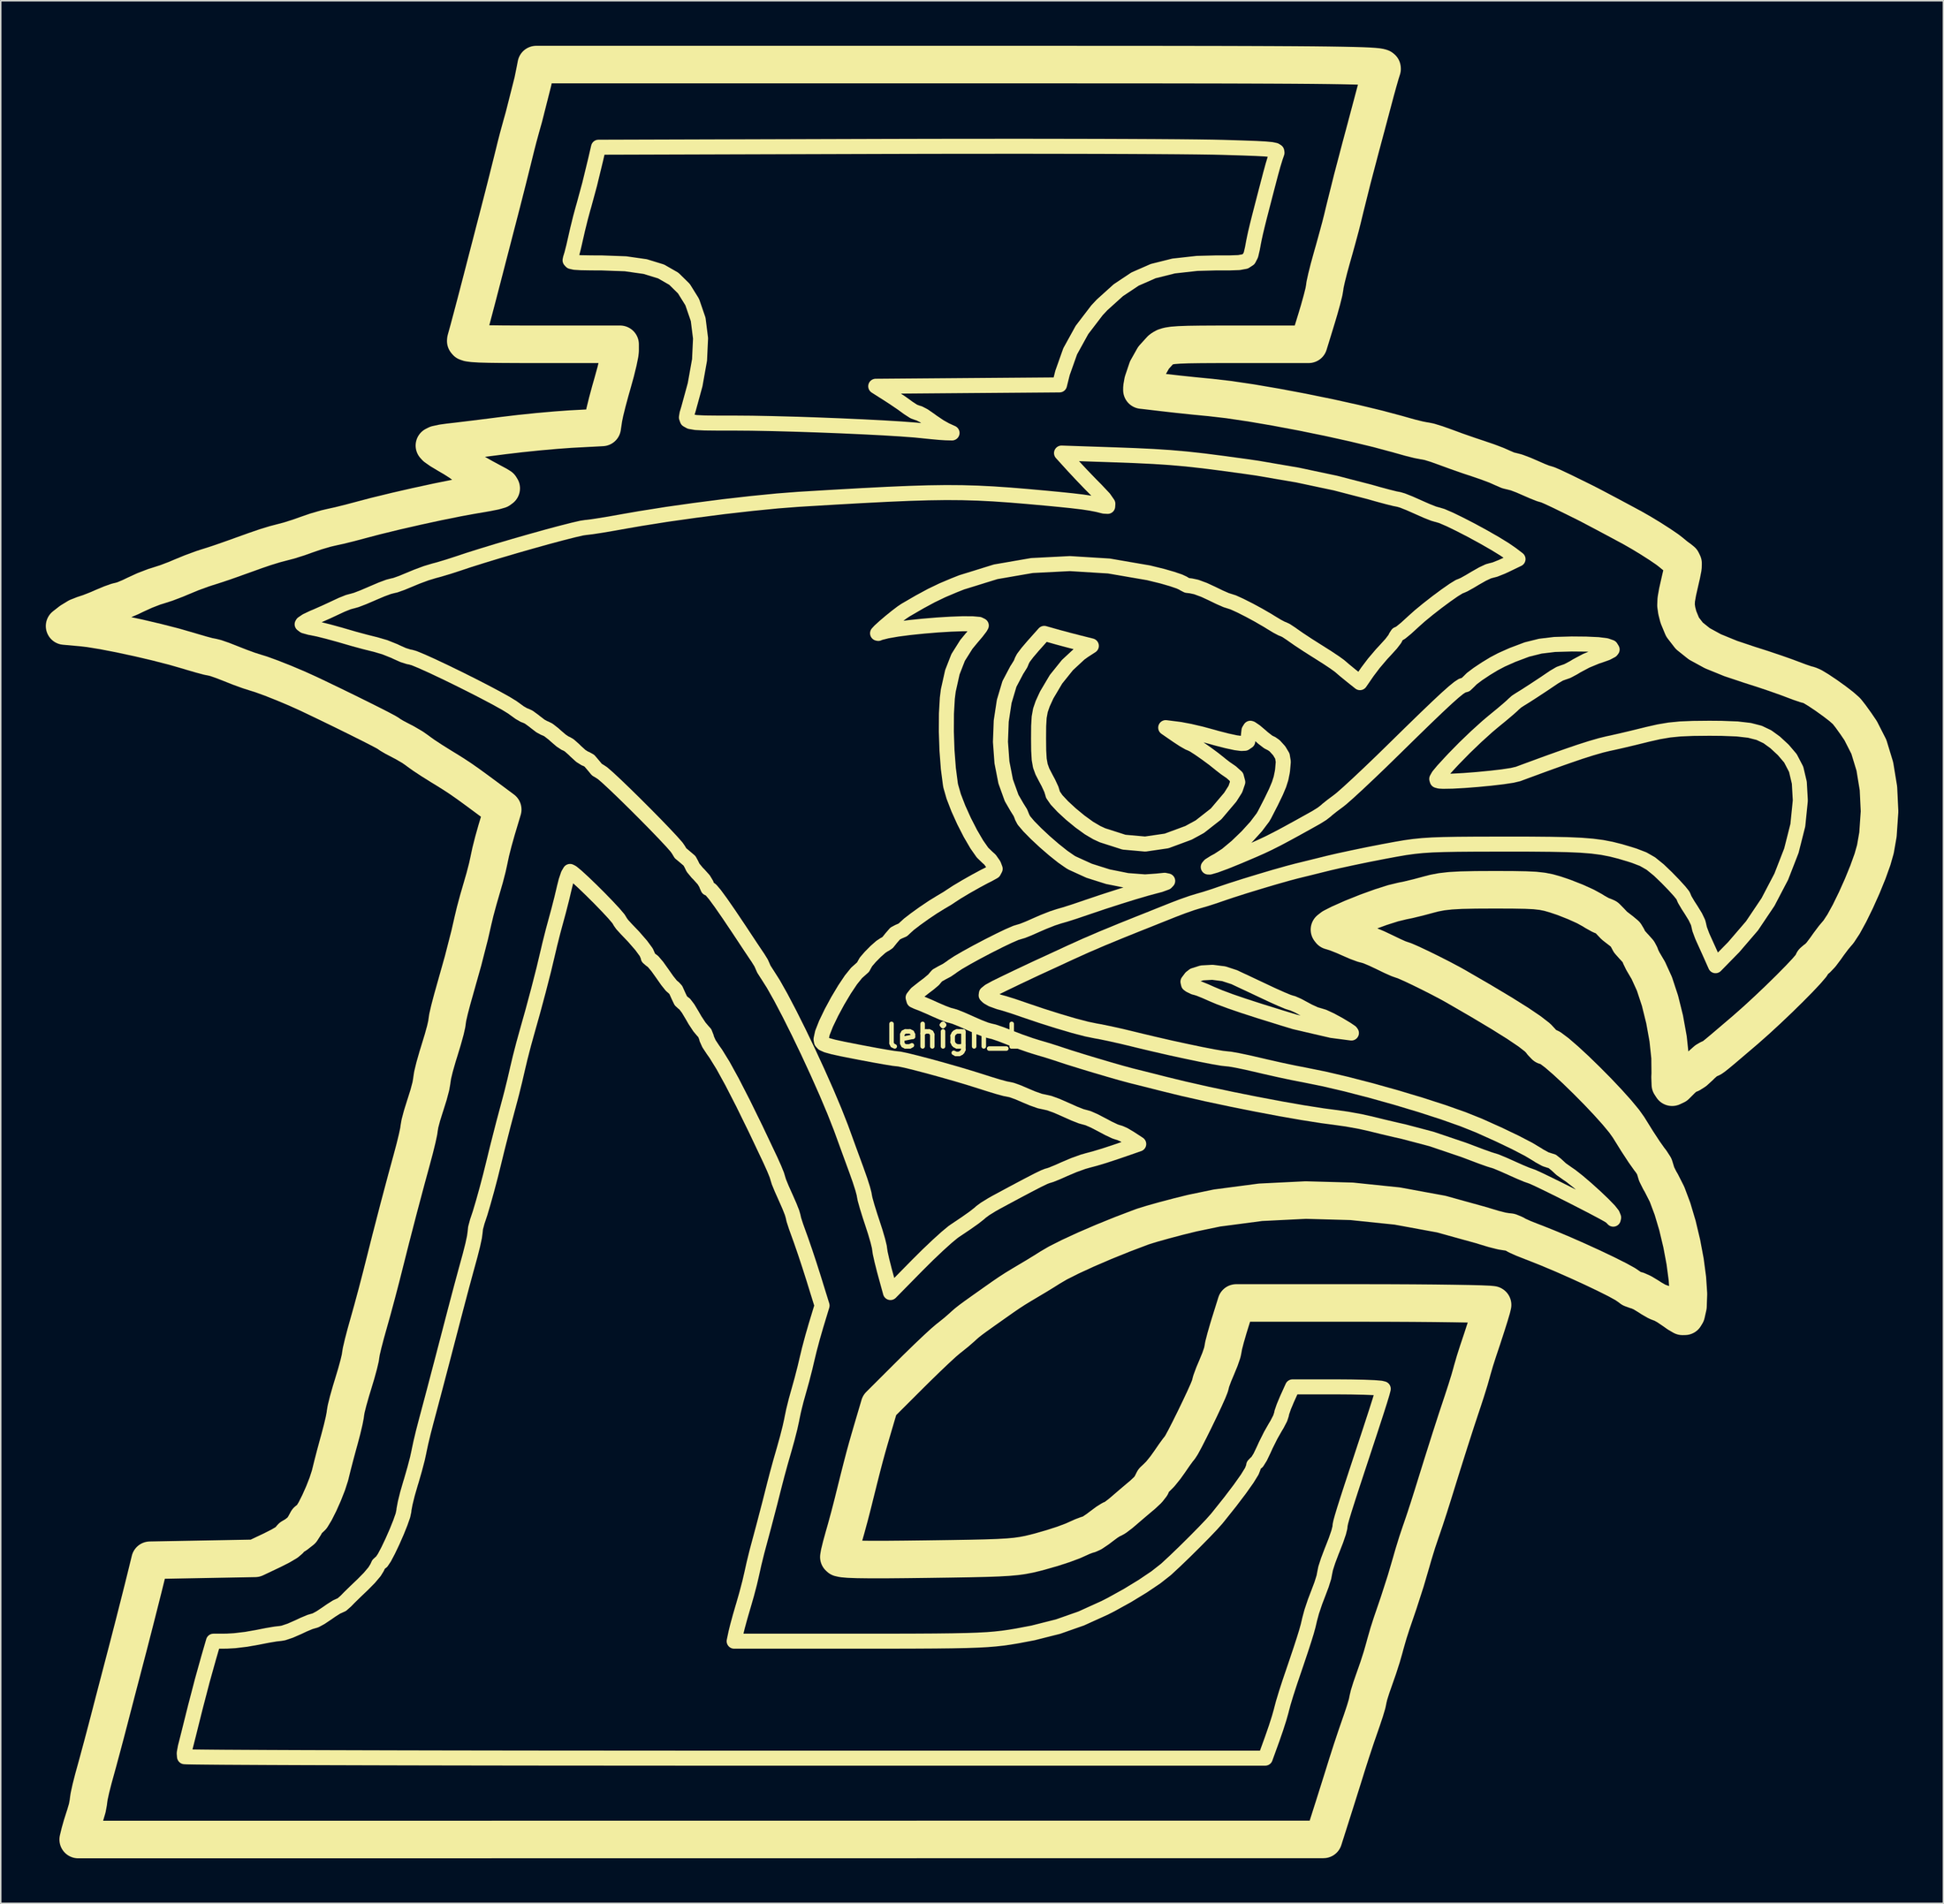
<source format=kicad_pcb>
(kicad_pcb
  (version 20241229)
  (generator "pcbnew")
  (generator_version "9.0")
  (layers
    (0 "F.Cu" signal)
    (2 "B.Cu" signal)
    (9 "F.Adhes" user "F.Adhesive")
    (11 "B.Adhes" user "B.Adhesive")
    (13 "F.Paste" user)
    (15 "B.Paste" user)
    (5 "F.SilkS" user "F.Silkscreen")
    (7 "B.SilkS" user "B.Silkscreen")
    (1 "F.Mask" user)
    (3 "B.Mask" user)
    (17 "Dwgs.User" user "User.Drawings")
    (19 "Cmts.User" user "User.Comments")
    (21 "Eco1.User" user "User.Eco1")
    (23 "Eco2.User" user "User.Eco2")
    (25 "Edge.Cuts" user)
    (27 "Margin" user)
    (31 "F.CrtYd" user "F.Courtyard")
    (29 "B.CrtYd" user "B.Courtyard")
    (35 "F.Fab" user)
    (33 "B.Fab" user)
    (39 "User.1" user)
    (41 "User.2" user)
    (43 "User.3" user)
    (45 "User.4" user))
  (footprint "lehigh_L"
    (layer "F.Cu")
    (at 60.549 65.952)
    (property "Reference" "lehigh_L" (at 0 0 0) (layer "F.SilkS") (effects (font (size 1.5 1.5) (thickness 0.3))))
    (attr board_only exclude_from_pos_files exclude_from_bom)
    (fp_poly (pts (xy 16.222 -3.17) (xy 16.004 -3.237) (xy 15.907 -3.257) (xy 15.619 -3.396) (xy 15.522 -3.468) (xy 15.484 -3.63) (xy 15.687 -3.901) (xy 15.875 -4.045) (xy 16.416 -4.217) (xy 17.112 -4.256) (xy 17.863 -4.161) (xy 18.564 -3.932) (xy 18.726 -3.856) (xy 19.285 -3.594) (xy 19.99 -3.263) (xy 20.724 -2.916) (xy 21.102 -2.739) (xy 21.7 -2.471) (xy 22.143 -2.287) (xy 22.358 -2.218) (xy 22.457 -2.193) (xy 22.8 -2.041) (xy 23.257 -1.797) (xy 23.512 -1.659) (xy 23.959 -1.454) (xy 24.248 -1.371) (xy 24.513 -1.29) (xy 24.97 -1.078) (xy 25.518 -0.782) (xy 25.572 -0.75) (xy 26.033 -0.472) (xy 26.317 -0.28) (xy 26.365 -0.213) (xy 25.053 -0.383) (xy 22.596 -0.954) (xy 21.747 -1.213) (xy 20.332 -1.653) (xy 19.189 -2.022) (xy 18.283 -2.333) (xy 17.579 -2.596) (xy 17.039 -2.823) (xy 16.643 -2.999)) (stroke (width 1) (type solid)) (fill no) (layer "F.SilkS"))
    (fp_poly (pts (xy -25.571 -51.586) (xy -25.648 -51.669) (xy -25.624 -51.79) (xy -25.54 -52.063) (xy -25.409 -52.573) (xy -25.269 -53.187) (xy -25.149 -53.715) (xy -24.958 -54.49) (xy -24.783 -55.135) (xy -24.728 -55.323) (xy -24.346 -56.729) (xy -23.952 -58.352) (xy -23.755 -59.199) (xy -4.876 -59.251) (xy -2.303 -59.257) (xy 0.25 -59.261) (xy 2.74 -59.262) (xy 5.139 -59.262) (xy 7.42 -59.259) (xy 9.555 -59.255) (xy 11.516 -59.248) (xy 13.277 -59.24) (xy 14.809 -59.23) (xy 16.085 -59.218) (xy 17.077 -59.205) (xy 17.759 -59.19) (xy 17.955 -59.184) (xy 19.128 -59.148) (xy 20.007 -59.116) (xy 20.634 -59.082) (xy 21.048 -59.043) (xy 21.289 -58.991) (xy 21.397 -58.923) (xy 21.411 -58.832) (xy 21.372 -58.715) (xy 21.3 -58.507) (xy 21.148 -58.007) (xy 20.986 -57.421) (xy 20.7 -56.327) (xy 20.437 -55.313) (xy 20.237 -54.537) (xy 20.091 -53.951) (xy 19.985 -53.506) (xy 19.908 -53.155) (xy 19.847 -52.849) (xy 19.774 -52.454) (xy 19.675 -52.028) (xy 19.532 -51.751) (xy 19.286 -51.591) (xy 18.877 -51.516) (xy 18.249 -51.494) (xy 17.34 -51.494) (xy 16.099 -51.462) (xy 14.527 -51.289) (xy 13.168 -50.948) (xy 11.96 -50.418) (xy 10.846 -49.675) (xy 9.765 -48.699) (xy 9.428 -48.339) (xy 8.427 -47.029) (xy 7.644 -45.609) (xy 7.134 -44.172) (xy 6.933 -43.37) (xy 0.816 -43.326) (xy -5.301 -43.281) (xy -4.454 -42.743) (xy -4.099 -42.513) (xy -3.558 -42.145) (xy -3.157 -41.854) (xy -3.133 -41.836) (xy -2.768 -41.6) (xy -2.504 -41.503) (xy -2.422 -41.484) (xy -2.098 -41.315) (xy -1.685 -41.029) (xy -1.536 -40.918) (xy -1.046 -40.589) (xy -0.644 -40.363) (xy -0.221 -40.172) (xy -0.644 -40.182) (xy -1.006 -40.204) (xy -1.589 -40.256) (xy -2.253 -40.324) (xy -2.665 -40.365) (xy -3.606 -40.436) (xy -4.79 -40.509) (xy -6.154 -40.579) (xy -7.64 -40.646) (xy -9.184 -40.705) (xy -10.728 -40.756) (xy -12.209 -40.795) (xy -13.567 -40.82) (xy -14.741 -40.828) (xy -15.813 -40.828) (xy -16.671 -40.836) (xy -17.269 -40.865) (xy -17.647 -40.929) (xy -17.845 -41.039) (xy -17.904 -41.208) (xy -17.864 -41.449) (xy -17.765 -41.774) (xy -17.323 -43.392) (xy -17.03 -45.033) (xy -16.963 -46.472) (xy -17.121 -47.734) (xy -17.503 -48.845) (xy -17.546 -48.934) (xy -18.073 -49.781) (xy -18.742 -50.439) (xy -19.588 -50.924) (xy -20.648 -51.251) (xy -21.957 -51.436) (xy -23.551 -51.494) (xy -24.237 -51.496) (xy -24.916 -51.507) (xy -25.344 -51.534)) (stroke (width 1) (type solid)) (fill no) (layer "F.SilkS"))
    (fp_poly (pts (xy -28.518 -0.271) (xy -28.142 -1.607) (xy -27.75 -3.065) (xy -27.399 -4.437) (xy -27.121 -5.605) (xy -27 -6.121) (xy -26.777 -7.004) (xy -26.56 -7.806) (xy -26.415 -8.337) (xy -26.203 -9.165) (xy -26.032 -9.888) (xy -25.922 -10.325) (xy -25.775 -10.762) (xy -25.652 -10.972) (xy -25.521 -10.905) (xy -25.204 -10.641) (xy -24.757 -10.231) (xy -24.233 -9.726) (xy -23.685 -9.18) (xy -23.167 -8.646) (xy -22.731 -8.176) (xy -22.431 -7.824) (xy -22.319 -7.643) (xy -22.316 -7.63) (xy -22.178 -7.436) (xy -21.899 -7.131) (xy -21.414 -6.623) (xy -20.907 -6.039) (xy -20.575 -5.586) (xy -20.456 -5.313) (xy -20.444 -5.231) (xy -20.289 -5.097) (xy -20.126 -4.976) (xy -19.842 -4.64) (xy -19.503 -4.165) (xy -19.181 -3.706) (xy -18.908 -3.365) (xy -18.755 -3.234) (xy -18.75 -3.234) (xy -18.608 -3.077) (xy -18.45 -2.726) (xy -18.442 -2.705) (xy -18.276 -2.36) (xy -18.121 -2.218) (xy -18.021 -2.146) (xy -17.793 -1.847) (xy -17.521 -1.393) (xy -17.334 -1.068) (xy -17.039 -0.62) (xy -16.817 -0.356) (xy -16.681 -0.207) (xy -16.561 0.1) (xy -16.552 0.165) (xy -16.403 0.497) (xy -16.132 0.908) (xy -15.947 1.168) (xy -15.464 1.951) (xy -14.86 3.05) (xy -14.134 4.465) (xy -13.286 6.195) (xy -12.317 8.241) (xy -12.312 8.251) (xy -12.064 8.803) (xy -11.888 9.236) (xy -11.82 9.457) (xy -11.82 9.463) (xy -11.745 9.701) (xy -11.563 10.146) (xy -11.312 10.709) (xy -11.296 10.743) (xy -11.048 11.307) (xy -10.871 11.754) (xy -10.804 11.989) (xy -10.753 12.216) (xy -10.608 12.665) (xy -10.404 13.232) (xy -10.272 13.596) (xy -10.009 14.359) (xy -9.717 15.24) (xy -9.439 16.113) (xy -8.874 17.935) (xy -9.272 19.246) (xy -9.278 19.265) (xy -9.506 20.055) (xy -9.723 20.87) (xy -9.884 21.537) (xy -10.008 22.067) (xy -10.218 22.884) (xy -10.433 23.653) (xy -10.602 24.258) (xy -10.772 24.944) (xy -10.881 25.468) (xy -10.892 25.533) (xy -11.009 26.066) (xy -11.187 26.767) (xy -11.392 27.5) (xy -11.406 27.549) (xy -11.638 28.359) (xy -11.866 29.191) (xy -12.043 29.871) (xy -12.337 31.033) (xy -12.737 32.566) (xy -13.127 34.019) (xy -13.214 34.347) (xy -13.403 35.113) (xy -13.555 35.797) (xy -13.556 35.802) (xy -13.695 36.402) (xy -13.895 37.161) (xy -14.111 37.914) (xy -14.131 37.979) (xy -14.333 38.673) (xy -14.504 39.301) (xy -14.61 39.734) (xy -14.726 40.285) (xy -6.315 40.285) (xy -6.283 40.285) (xy -4.351 40.284) (xy -2.722 40.28) (xy -1.36 40.273) (xy -0.231 40.261) (xy 0.7 40.242) (xy 1.469 40.216) (xy 2.11 40.182) (xy 2.66 40.138) (xy 3.152 40.084) (xy 3.623 40.017) (xy 4.107 39.937) (xy 5.173 39.734) (xy 6.835 39.315) (xy 8.378 38.773) (xy 9.939 38.065) (xy 10.372 37.844) (xy 11.446 37.25) (xy 12.467 36.628) (xy 13.348 36.034) (xy 14.003 35.52) (xy 14.09 35.442) (xy 14.63 34.94) (xy 15.266 34.328) (xy 15.928 33.673) (xy 16.548 33.044) (xy 17.058 32.509) (xy 17.39 32.137) (xy 17.5 32.002) (xy 18.286 31.017) (xy 18.935 30.162) (xy 19.426 29.468) (xy 19.737 28.964) (xy 19.845 28.684) (xy 19.862 28.569) (xy 19.994 28.431) (xy 20.091 28.35) (xy 20.291 28.03) (xy 20.521 27.551) (xy 20.665 27.233) (xy 20.994 26.574) (xy 21.304 26.03) (xy 21.41 25.855) (xy 21.623 25.445) (xy 21.708 25.187) (xy 21.733 25.056) (xy 21.867 24.668) (xy 22.077 24.167) (xy 22.446 23.351) (xy 25.463 23.351) (xy 26.345 23.357) (xy 27.199 23.375) (xy 27.876 23.402) (xy 28.322 23.438) (xy 28.484 23.478) (xy 28.481 23.5) (xy 28.417 23.75) (xy 28.261 24.266) (xy 28.008 25.06) (xy 27.654 26.148) (xy 27.195 27.542) (xy 26.768 28.837) (xy 26.393 29.978) (xy 26.106 30.864) (xy 25.895 31.53) (xy 25.75 32.011) (xy 25.659 32.34) (xy 25.613 32.553) (xy 25.601 32.684) (xy 25.599 32.716) (xy 25.516 33.045) (xy 25.337 33.568) (xy 25.095 34.189) (xy 25.048 34.303) (xy 24.814 34.923) (xy 24.649 35.436) (xy 24.587 35.739) (xy 24.533 36.024) (xy 24.376 36.524) (xy 24.154 37.113) (xy 23.948 37.649) (xy 23.723 38.32) (xy 23.581 38.845) (xy 23.559 38.945) (xy 23.48 39.276) (xy 23.371 39.67) (xy 23.214 40.179) (xy 22.994 40.855) (xy 22.695 41.748) (xy 22.3 42.909) (xy 22.249 43.061) (xy 22.018 43.774) (xy 21.825 44.413) (xy 21.708 44.857) (xy 21.695 44.914) (xy 21.557 45.402) (xy 21.347 46.059) (xy 21.104 46.762) (xy 20.629 48.074) (xy -15.295 48.074) (xy -18.479 48.074) (xy -21.861 48.072) (xy -25.138 48.07) (xy -28.295 48.068) (xy -31.317 48.064) (xy -34.187 48.06) (xy -36.891 48.055) (xy -39.412 48.049) (xy -41.735 48.043) (xy -43.844 48.037) (xy -45.724 48.03) (xy -47.359 48.022) (xy -48.733 48.015) (xy -49.831 48.006) (xy -50.638 47.998) (xy -51.137 47.989) (xy -51.313 47.98) (xy -51.318 47.972) (xy -51.336 47.74) (xy -51.264 47.345) (xy -51.185 47.037) (xy -51.033 46.437) (xy -50.872 45.788) (xy -50.597 44.69) (xy -50.138 42.928) (xy -49.72 41.428) (xy -49.388 40.285) (xy -48.511 40.282) (xy -47.978 40.252) (xy -47.205 40.16) (xy -46.449 40.028) (xy -46.441 40.026) (xy -45.801 39.9) (xy -45.256 39.808) (xy -44.925 39.771) (xy -44.733 39.738) (xy -44.275 39.585) (xy -43.739 39.35) (xy -43.388 39.184) (xy -42.953 39.003) (xy -42.707 38.932) (xy -42.597 38.899) (xy -42.256 38.714) (xy -41.819 38.422) (xy -41.56 38.241) (xy -41.188 38.006) (xy -40.985 37.914) (xy -40.842 37.849) (xy -40.579 37.618) (xy -40.338 37.371) (xy -39.929 36.971) (xy -39.452 36.516) (xy -39.015 36.073) (xy -38.664 35.657) (xy -38.49 35.373) (xy -38.401 35.175) (xy -38.249 35.035) (xy -38.194 34.997) (xy -38.01 34.723) (xy -37.759 34.248) (xy -37.475 33.652) (xy -37.194 33.012) (xy -36.95 32.406) (xy -36.777 31.912) (xy -36.712 31.607) (xy -36.706 31.518) (xy -36.625 31.086) (xy -36.472 30.47) (xy -36.27 29.773) (xy -36.209 29.575) (xy -35.994 28.828) (xy -35.816 28.15) (xy -35.71 27.668) (xy -35.7 27.609) (xy -35.586 27.075) (xy -35.418 26.372) (xy -35.227 25.636) (xy -35.13 25.273) (xy -34.944 24.576) (xy -34.725 23.75) (xy -34.463 22.754) (xy -34.147 21.55) (xy -33.768 20.097) (xy -33.314 18.356) (xy -33.126 17.641) (xy -32.855 16.62) (xy -32.593 15.65) (xy -32.378 14.868) (xy -32.304 14.597) (xy -32.133 13.923) (xy -32.015 13.376) (xy -31.971 13.056) (xy -31.941 12.772) (xy -31.817 12.31) (xy -31.8 12.266) (xy -31.64 11.785) (xy -31.429 11.075) (xy -31.192 10.224) (xy -30.953 9.32) (xy -30.737 8.45) (xy -30.507 7.507) (xy -30.088 5.863) (xy -29.648 4.217) (xy -29.526 3.751) (xy -29.328 2.949) (xy -29.151 2.185) (xy -29.146 2.16) (xy -28.97 1.422) (xy -28.745 0.55)) (stroke (width 1) (type solid)) (fill no) (layer "F.SilkS"))
    (fp_poly (pts (xy -27.19 -33.248) (xy -26.241 -33.503) (xy -25.453 -33.703) (xy -24.88 -33.835) (xy -24.576 -33.881) (xy -24.537 -33.883) (xy -24.193 -33.925) (xy -23.604 -34.015) (xy -22.843 -34.143) (xy -21.98 -34.296) (xy -20.965 -34.473) (xy -19.207 -34.751) (xy -17.324 -35.018) (xy -15.41 -35.264) (xy -13.553 -35.476) (xy -11.847 -35.644) (xy -10.381 -35.756) (xy -10.287 -35.761) (xy -8.083 -35.893) (xy -6.173 -36.001) (xy -4.514 -36.086) (xy -3.064 -36.147) (xy -1.781 -36.186) (xy -0.622 -36.201) (xy 0.454 -36.194) (xy 1.491 -36.164) (xy 2.531 -36.112) (xy 3.616 -36.038) (xy 4.789 -35.941) (xy 6.091 -35.823) (xy 6.815 -35.754) (xy 7.757 -35.658) (xy 8.468 -35.574) (xy 9.018 -35.491) (xy 9.472 -35.402) (xy 9.897 -35.296) (xy 10.141 -35.283) (xy 10.151 -35.457) (xy 9.896 -35.823) (xy 9.376 -36.376) (xy 8.993 -36.763) (xy 8.366 -37.415) (xy 7.813 -38.009) (xy 7.067 -38.832) (xy 10.535 -38.716) (xy 11.933 -38.665) (xy 13.175 -38.606) (xy 14.291 -38.533) (xy 15.373 -38.438) (xy 16.514 -38.312) (xy 17.804 -38.148) (xy 19.337 -37.938) (xy 20.131 -37.822) (xy 22.78 -37.368) (xy 25.299 -36.834) (xy 27.585 -36.243) (xy 28.135 -36.087) (xy 28.788 -35.911) (xy 29.27 -35.791) (xy 29.505 -35.746) (xy 29.511 -35.746) (xy 29.765 -35.672) (xy 30.225 -35.49) (xy 30.794 -35.238) (xy 30.828 -35.222) (xy 31.392 -34.974) (xy 31.838 -34.797) (xy 32.072 -34.73) (xy 32.083 -34.73) (xy 32.39 -34.638) (xy 32.918 -34.41) (xy 33.599 -34.078) (xy 34.37 -33.68) (xy 35.162 -33.248) (xy 35.911 -32.819) (xy 36.551 -32.427) (xy 37.016 -32.107) (xy 37.456 -31.771) (xy 36.662 -31.388) (xy 36.367 -31.252) (xy 35.919 -31.074) (xy 35.649 -31.005) (xy 35.486 -30.96) (xy 35.093 -30.775) (xy 34.603 -30.497) (xy 34.246 -30.283) (xy 33.865 -30.071) (xy 33.678 -29.989) (xy 33.544 -29.937) (xy 33.179 -29.713) (xy 32.667 -29.356) (xy 32.074 -28.917) (xy 31.467 -28.444) (xy 30.911 -27.987) (xy 30.473 -27.595) (xy 30.449 -27.573) (xy 30.007 -27.168) (xy 29.656 -26.881) (xy 29.471 -26.771) (xy 29.437 -26.767) (xy 29.328 -26.602) (xy 29.258 -26.457) (xy 29.005 -26.127) (xy 28.63 -25.714) (xy 28.368 -25.432) (xy 27.855 -24.827) (xy 27.433 -24.269) (xy 26.934 -23.544) (xy 26.395 -23.973) (xy 26.309 -24.042) (xy 25.9 -24.377) (xy 25.603 -24.632) (xy 25.563 -24.665) (xy 25.246 -24.894) (xy 24.75 -25.224) (xy 24.163 -25.596) (xy 24.065 -25.657) (xy 23.429 -26.061) (xy 22.854 -26.441) (xy 22.454 -26.72) (xy 22.359 -26.789) (xy 22.013 -27.018) (xy 21.815 -27.11) (xy 21.731 -27.138) (xy 21.419 -27.303) (xy 20.985 -27.565) (xy 20.79 -27.686) (xy 20.191 -28.034) (xy 19.554 -28.379) (xy 18.961 -28.678) (xy 18.494 -28.89) (xy 18.237 -28.973) (xy 18.028 -29.039) (xy 17.605 -29.223) (xy 17.07 -29.483) (xy 16.559 -29.719) (xy 16.033 -29.914) (xy 15.683 -29.989) (xy 15.425 -30.019) (xy 15.204 -30.133) (xy 15.181 -30.155) (xy 14.913 -30.28) (xy 14.423 -30.447) (xy 13.797 -30.628) (xy 12.855 -30.859) (xy 10.223 -31.311) (xy 7.626 -31.472) (xy 5.103 -31.343) (xy 2.688 -30.927) (xy 0.418 -30.223) (xy -0.092 -30.022) (xy -0.872 -29.691) (xy -1.595 -29.343) (xy -2.373 -28.923) (xy -3.321 -28.373) (xy -3.56 -28.213) (xy -3.929 -27.932) (xy -4.337 -27.602) (xy -4.721 -27.274) (xy -5.023 -27) (xy -5.179 -26.832) (xy -5.131 -26.822) (xy -5.016 -26.87) (xy -4.548 -26.988) (xy -3.874 -27.104) (xy -3.053 -27.211) (xy -2.147 -27.305) (xy -1.214 -27.383) (xy -0.316 -27.438) (xy 0.487 -27.467) (xy 1.136 -27.464) (xy 1.569 -27.426) (xy 1.727 -27.348) (xy 1.659 -27.227) (xy 1.419 -26.913) (xy 1.065 -26.495) (xy 0.731 -26.09) (xy 0.184 -25.22) (xy -0.201 -24.232) (xy -0.471 -23.019) (xy -0.535 -22.507) (xy -0.594 -21.479) (xy -0.601 -20.287) (xy -0.558 -19.037) (xy -0.467 -17.833) (xy -0.331 -16.781) (xy -0.306 -16.648) (xy -0.11 -15.968) (xy 0.198 -15.168) (xy 0.581 -14.32) (xy 1.002 -13.498) (xy 1.423 -12.776) (xy 1.808 -12.226) (xy 2.12 -11.924) (xy 2.307 -11.757) (xy 2.552 -11.408) (xy 2.65 -11.148) (xy 2.553 -10.965) (xy 2.196 -10.767) (xy 1.93 -10.634) (xy 1.339 -10.316) (xy 0.692 -9.949) (xy 0.109 -9.601) (xy -0.293 -9.339) (xy -0.523 -9.186) (xy -0.93 -8.943) (xy -1.003 -8.901) (xy -1.503 -8.592) (xy -2.078 -8.205) (xy -2.636 -7.805) (xy -3.089 -7.457) (xy -3.345 -7.224) (xy -3.501 -7.078) (xy -3.778 -6.959) (xy -4.005 -6.84) (xy -4.269 -6.536) (xy -4.506 -6.24) (xy -4.695 -6.113) (xy -4.723 -6.107) (xy -4.961 -5.949) (xy -5.306 -5.644) (xy -5.665 -5.281) (xy -5.948 -4.953) (xy -6.063 -4.751) (xy -6.144 -4.602) (xy -6.409 -4.365) (xy -6.577 -4.215) (xy -6.949 -3.754) (xy -7.381 -3.108) (xy -7.701 -2.572) (xy -7.83 -2.356) (xy -8.252 -1.574) (xy -8.607 -0.837) (xy -8.85 -0.223) (xy -8.94 0.191) (xy -8.94 0.217) (xy -8.91 0.366) (xy -8.799 0.487) (xy -8.555 0.597) (xy -8.128 0.715) (xy -7.469 0.858) (xy -6.527 1.044) (xy -6.189 1.109) (xy -5.343 1.267) (xy -4.628 1.393) (xy -4.112 1.477) (xy -3.861 1.506) (xy -3.722 1.521) (xy -3.27 1.615) (xy -2.597 1.78) (xy -1.768 1.998) (xy -0.848 2.251) (xy 0.098 2.521) (xy 1.006 2.792) (xy 1.811 3.046) (xy 2.179 3.164) (xy 2.819 3.359) (xy 3.307 3.493) (xy 3.558 3.542) (xy 3.746 3.583) (xy 4.173 3.735) (xy 4.706 3.963) (xy 5.128 4.142) (xy 5.628 4.318) (xy 5.95 4.386) (xy 6.255 4.455) (xy 6.756 4.638) (xy 7.342 4.894) (xy 7.353 4.899) (xy 7.919 5.153) (xy 8.38 5.333) (xy 8.636 5.402) (xy 8.832 5.456) (xy 9.251 5.64) (xy 9.77 5.91) (xy 10.202 6.14) (xy 10.629 6.341) (xy 10.864 6.418) (xy 10.914 6.426) (xy 11.217 6.558) (xy 11.625 6.799) (xy 12.206 7.179) (xy 10.819 7.659) (xy 10.633 7.722) (xy 9.916 7.957) (xy 9.278 8.15) (xy 8.839 8.266) (xy 8.499 8.362) (xy 7.896 8.58) (xy 7.267 8.846) (xy 6.79 9.058) (xy 6.366 9.23) (xy 6.15 9.297) (xy 6.129 9.299) (xy 5.915 9.383) (xy 5.487 9.59) (xy 4.826 9.932) (xy 3.91 10.418) (xy 2.719 11.059) (xy 2.434 11.22) (xy 1.981 11.499) (xy 1.703 11.704) (xy 1.583 11.812) (xy 1.237 12.083) (xy 0.71 12.455) (xy -0.051 12.967) (xy -0.159 13.044) (xy -0.59 13.401) (xy -1.17 13.925) (xy -1.836 14.558) (xy -2.525 15.243) (xy -4.321 17.069) (xy -4.684 15.745) (xy -4.727 15.587) (xy -4.889 14.944) (xy -5.004 14.427) (xy -5.047 14.135) (xy -5.06 14.032) (xy -5.158 13.628) (xy -5.331 13.036) (xy -5.555 12.345) (xy -5.671 11.995) (xy -5.872 11.351) (xy -6.011 10.854) (xy -6.063 10.591) (xy -6.072 10.518) (xy -6.169 10.151) (xy -6.348 9.592) (xy -6.582 8.93) (xy -6.616 8.836) (xy -6.929 7.983) (xy -7.255 7.089) (xy -7.53 6.333) (xy -7.625 6.074) (xy -8.06 4.969) (xy -8.585 3.725) (xy -9.174 2.399) (xy -9.798 1.048) (xy -10.432 -0.272) (xy -11.048 -1.504) (xy -11.619 -2.592) (xy -12.118 -3.478) (xy -12.517 -4.107) (xy -12.532 -4.128) (xy -12.747 -4.465) (xy -12.836 -4.664) (xy -12.837 -4.67) (xy -12.934 -4.885) (xy -13.149 -5.231) (xy -13.268 -5.406) (xy -13.6 -5.902) (xy -13.953 -6.435) (xy -14.383 -7.086) (xy -15.08 -8.124) (xy -15.618 -8.9) (xy -16.01 -9.433) (xy -16.27 -9.74) (xy -16.409 -9.838) (xy -16.469 -9.856) (xy -16.561 -10.06) (xy -16.574 -10.12) (xy -16.75 -10.413) (xy -17.069 -10.769) (xy -17.181 -10.881) (xy -17.464 -11.223) (xy -17.577 -11.459) (xy -17.697 -11.679) (xy -18.001 -11.939) (xy -18.296 -12.184) (xy -18.424 -12.396) (xy -18.425 -12.4) (xy -18.553 -12.586) (xy -18.881 -12.959) (xy -19.365 -13.477) (xy -19.961 -14.096) (xy -20.627 -14.773) (xy -21.319 -15.465) (xy -21.994 -16.128) (xy -22.608 -16.719) (xy -23.119 -17.195) (xy -23.483 -17.512) (xy -23.656 -17.627) (xy -23.86 -17.748) (xy -24.112 -18.051) (xy -24.363 -18.345) (xy -24.593 -18.474) (xy -24.649 -18.486) (xy -24.931 -18.663) (xy -25.282 -18.982) (xy -25.397 -19.097) (xy -25.716 -19.378) (xy -25.916 -19.49) (xy -25.973 -19.508) (xy -26.242 -19.687) (xy -26.604 -19.997) (xy -26.749 -20.128) (xy -27.096 -20.398) (xy -27.314 -20.505) (xy -27.348 -20.511) (xy -27.615 -20.655) (xy -27.975 -20.93) (xy -28.059 -20.999) (xy -28.406 -21.251) (xy -28.628 -21.353) (xy -28.703 -21.374) (xy -29.005 -21.548) (xy -29.406 -21.838) (xy -29.497 -21.904) (xy -29.921 -22.164) (xy -30.551 -22.514) (xy -31.331 -22.928) (xy -32.205 -23.376) (xy -33.117 -23.832) (xy -34.011 -24.267) (xy -34.831 -24.654) (xy -35.52 -24.965) (xy -36.023 -25.172) (xy -36.283 -25.247) (xy -36.372 -25.258) (xy -36.757 -25.38) (xy -37.232 -25.592) (xy -37.336 -25.643) (xy -37.986 -25.904) (xy -38.622 -26.089) (xy -38.73 -26.114) (xy -39.296 -26.256) (xy -40.021 -26.453) (xy -40.776 -26.671) (xy -40.991 -26.734) (xy -41.731 -26.938) (xy -42.391 -27.103) (xy -42.85 -27.197) (xy -42.967 -27.217) (xy -43.336 -27.321) (xy -43.485 -27.431) (xy -43.452 -27.486) (xy -43.194 -27.66) (xy -42.766 -27.863) (xy -42.508 -27.972) (xy -41.845 -28.266) (xy -41.199 -28.568) (xy -40.85 -28.73) (xy -40.409 -28.907) (xy -40.157 -28.975) (xy -40.146 -28.976) (xy -39.879 -29.052) (xy -39.409 -29.232) (xy -38.829 -29.481) (xy -38.775 -29.505) (xy -38.197 -29.75) (xy -37.733 -29.923) (xy -37.479 -29.989) (xy -37.279 -30.034) (xy -36.845 -30.188) (xy -36.304 -30.413) (xy -35.871 -30.593) (xy -35.227 -30.832) (xy -34.717 -30.987) (xy -34.368 -31.08) (xy -33.732 -31.27) (xy -33.071 -31.486) (xy -32.44 -31.696) (xy -31.504 -31.992) (xy -30.456 -32.311) (xy -29.351 -32.637) (xy -28.245 -32.954)) (stroke (width 1) (type solid)) (fill no) (layer "F.SilkS"))
    (fp_poly (pts (xy 0.754 -5.233) (xy 1.443 -5.611) (xy 2.183 -6) (xy 2.907 -6.366) (xy 3.545 -6.672) (xy 4.028 -6.881) (xy 4.285 -6.959) (xy 4.467 -7.012) (xy 4.875 -7.175) (xy 5.404 -7.409) (xy 5.873 -7.613) (xy 6.461 -7.845) (xy 6.891 -7.985) (xy 6.895 -7.986) (xy 7.315 -8.107) (xy 7.921 -8.301) (xy 8.585 -8.525) (xy 8.761 -8.586) (xy 9.792 -8.934) (xy 10.855 -9.278) (xy 11.863 -9.592) (xy 12.728 -9.846) (xy 13.361 -10.015) (xy 13.624 -10.084) (xy 14.031 -10.233) (xy 14.135 -10.341) (xy 13.93 -10.383) (xy 13.413 -10.331) (xy 12.629 -10.276) (xy 11.439 -10.366) (xy 10.163 -10.62) (xy 8.907 -11.017) (xy 7.775 -11.533) (xy 7.642 -11.611) (xy 7.144 -11.958) (xy 6.561 -12.423) (xy 5.952 -12.95) (xy 5.377 -13.487) (xy 4.893 -13.978) (xy 4.56 -14.37) (xy 4.436 -14.608) (xy 4.435 -14.624) (xy 4.327 -14.888) (xy 4.096 -15.258) (xy 3.745 -15.864) (xy 3.349 -16.965) (xy 3.101 -18.238) (xy 3.002 -19.603) (xy 3.053 -20.981) (xy 3.252 -22.292) (xy 3.6 -23.458) (xy 4.096 -24.399) (xy 4.126 -24.441) (xy 4.346 -24.796) (xy 4.436 -25.021) (xy 4.53 -25.197) (xy 4.797 -25.549) (xy 5.176 -25.994) (xy 5.916 -26.824) (xy 6.658 -26.615) (xy 6.847 -26.562) (xy 7.545 -26.375) (xy 8.226 -26.199) (xy 9.052 -25.993) (xy 8.564 -25.677) (xy 8.277 -25.472) (xy 7.459 -24.713) (xy 6.7 -23.768) (xy 6.093 -22.744) (xy 6.052 -22.661) (xy 5.813 -22.14) (xy 5.662 -21.702) (xy 5.579 -21.241) (xy 5.545 -20.651) (xy 5.539 -19.829) (xy 5.547 -19.029) (xy 5.581 -18.44) (xy 5.657 -18.005) (xy 5.793 -17.63) (xy 6.004 -17.221) (xy 6.19 -16.873) (xy 6.39 -16.442) (xy 6.468 -16.192) (xy 6.496 -16.086) (xy 6.733 -15.741) (xy 7.155 -15.289) (xy 7.699 -14.787) (xy 8.3 -14.293) (xy 8.894 -13.863) (xy 9.418 -13.554) (xy 9.796 -13.38) (xy 11.225 -12.921) (xy 12.638 -12.796) (xy 14.061 -13.003) (xy 15.521 -13.543) (xy 16.274 -13.954) (xy 17.356 -14.802) (xy 18.3 -15.917) (xy 18.641 -16.455) (xy 18.8 -16.92) (xy 18.707 -17.275) (xy 18.366 -17.581) (xy 17.974 -17.851) (xy 17.647 -18.104) (xy 17.597 -18.147) (xy 17.192 -18.469) (xy 16.71 -18.825) (xy 16.238 -19.155) (xy 15.86 -19.398) (xy 15.664 -19.493) (xy 15.549 -19.537) (xy 15.212 -19.729) (xy 14.765 -20.022) (xy 14.003 -20.548) (xy 14.867 -20.44) (xy 14.967 -20.426) (xy 15.597 -20.307) (xy 16.374 -20.125) (xy 17.153 -19.914) (xy 17.381 -19.849) (xy 18.077 -19.669) (xy 18.666 -19.542) (xy 19.041 -19.494) (xy 19.27 -19.506) (xy 19.464 -19.638) (xy 19.507 -19.998) (xy 19.507 -20.004) (xy 19.546 -20.359) (xy 19.638 -20.506) (xy 19.695 -20.487) (xy 19.961 -20.306) (xy 20.326 -19.998) (xy 20.482 -19.86) (xy 20.824 -19.595) (xy 21.029 -19.49) (xy 21.044 -19.488) (xy 21.255 -19.34) (xy 21.537 -19.03) (xy 21.565 -18.994) (xy 21.768 -18.656) (xy 21.831 -18.278) (xy 21.782 -17.718) (xy 21.759 -17.566) (xy 21.679 -17.173) (xy 21.55 -16.766) (xy 21.344 -16.275) (xy 21.032 -15.628) (xy 20.585 -14.756) (xy 20.474 -14.565) (xy 20.021 -13.965) (xy 19.41 -13.293) (xy 18.728 -12.636) (xy 18.062 -12.08) (xy 17.5 -11.713) (xy 17.247 -11.577) (xy 16.929 -11.377) (xy 16.835 -11.267) (xy 16.934 -11.265) (xy 17.32 -11.376) (xy 17.966 -11.614) (xy 18.845 -11.97) (xy 19.93 -12.433) (xy 20.358 -12.623) (xy 20.864 -12.862) (xy 21.419 -13.142) (xy 22.084 -13.496) (xy 22.921 -13.955) (xy 23.991 -14.551) (xy 24.011 -14.562) (xy 24.407 -14.809) (xy 24.668 -15.012) (xy 24.756 -15.093) (xy 25.084 -15.355) (xy 25.518 -15.678) (xy 25.715 -15.836) (xy 26.169 -16.236) (xy 26.791 -16.808) (xy 27.538 -17.512) (xy 28.37 -18.31) (xy 29.243 -19.163) (xy 30.305 -20.205) (xy 31.295 -21.168) (xy 32.089 -21.929) (xy 32.707 -22.506) (xy 33.173 -22.92) (xy 33.507 -23.192) (xy 33.732 -23.34) (xy 33.87 -23.385) (xy 33.968 -23.411) (xy 34.188 -23.621) (xy 34.378 -23.811) (xy 34.784 -24.117) (xy 35.31 -24.468) (xy 35.864 -24.804) (xy 36.355 -25.062) (xy 37.09 -25.39) (xy 38.051 -25.751) (xy 38.942 -25.974) (xy 39.894 -26.087) (xy 41.033 -26.119) (xy 41.98 -26.111) (xy 42.793 -26.075) (xy 43.331 -26.006) (xy 43.629 -25.9) (xy 43.721 -25.751) (xy 43.664 -25.679) (xy 43.365 -25.521) (xy 42.895 -25.354) (xy 42.684 -25.285) (xy 41.989 -24.997) (xy 41.375 -24.67) (xy 41.144 -24.53) (xy 40.74 -24.316) (xy 40.5 -24.231) (xy 40.494 -24.231) (xy 40.232 -24.136) (xy 39.862 -23.919) (xy 39.191 -23.466) (xy 38.524 -23.026) (xy 37.957 -22.66) (xy 37.579 -22.426) (xy 37.356 -22.281) (xy 37.137 -22.087) (xy 37.08 -22.028) (xy 36.801 -21.78) (xy 36.355 -21.403) (xy 35.807 -20.954) (xy 35.409 -20.618) (xy 34.675 -19.954) (xy 33.902 -19.212) (xy 33.203 -18.499) (xy 32.943 -18.222) (xy 32.453 -17.688) (xy 32.163 -17.338) (xy 32.046 -17.132) (xy 32.077 -17.029) (xy 32.227 -16.988) (xy 32.477 -16.975) (xy 33.086 -16.985) (xy 33.872 -17.027) (xy 34.75 -17.095) (xy 35.633 -17.18) (xy 36.436 -17.274) (xy 37.072 -17.371) (xy 37.456 -17.461) (xy 38.012 -17.667) (xy 38.93 -18.005) (xy 39.652 -18.268) (xy 40.256 -18.484) (xy 40.824 -18.683) (xy 41.435 -18.893) (xy 41.573 -18.94) (xy 42.305 -19.173) (xy 42.98 -19.369) (xy 43.467 -19.487) (xy 43.735 -19.543) (xy 44.346 -19.681) (xy 45.11 -19.863) (xy 45.923 -20.062) (xy 46.05 -20.094) (xy 46.83 -20.271) (xy 47.53 -20.39) (xy 48.254 -20.461) (xy 49.108 -20.496) (xy 50.195 -20.506) (xy 51.002 -20.5) (xy 52.047 -20.461) (xy 52.861 -20.368) (xy 53.509 -20.201) (xy 54.057 -19.941) (xy 54.57 -19.569) (xy 55.113 -19.067) (xy 55.592 -18.505) (xy 55.973 -17.773) (xy 56.182 -16.887) (xy 56.246 -15.765) (xy 56.246 -15.663) (xy 56.084 -14.052) (xy 55.653 -12.351) (xy 54.981 -10.624) (xy 54.099 -8.937) (xy 53.034 -7.351) (xy 51.816 -5.933) (xy 50.605 -4.696) (xy 50.347 -5.277) (xy 50.311 -5.358) (xy 50.05 -5.938) (xy 49.783 -6.526) (xy 49.713 -6.686) (xy 49.546 -7.136) (xy 49.479 -7.432) (xy 49.442 -7.575) (xy 49.258 -7.957) (xy 48.971 -8.425) (xy 48.776 -8.724) (xy 48.55 -9.108) (xy 48.463 -9.317) (xy 48.431 -9.381) (xy 48.214 -9.652) (xy 47.836 -10.068) (xy 47.35 -10.568) (xy 46.827 -11.07) (xy 46.296 -11.5) (xy 45.785 -11.792) (xy 45.191 -12.019) (xy 44.883 -12.117) (xy 44.254 -12.305) (xy 43.662 -12.454) (xy 43.06 -12.57) (xy 42.401 -12.657) (xy 41.638 -12.718) (xy 40.724 -12.758) (xy 39.613 -12.78) (xy 38.257 -12.791) (xy 36.609 -12.793) (xy 35.999 -12.792) (xy 34.583 -12.789) (xy 33.437 -12.781) (xy 32.507 -12.764) (xy 31.745 -12.737) (xy 31.098 -12.695) (xy 30.517 -12.636) (xy 29.949 -12.557) (xy 29.344 -12.454) (xy 28.651 -12.326) (xy 28.476 -12.293) (xy 27.452 -12.092) (xy 26.431 -11.881) (xy 25.524 -11.685) (xy 24.841 -11.526) (xy 24.753 -11.504) (xy 23.992 -11.316) (xy 23.267 -11.136) (xy 22.724 -11.003) (xy 22.157 -10.854) (xy 21.278 -10.605) (xy 20.278 -10.309) (xy 19.266 -9.999) (xy 18.352 -9.708) (xy 17.644 -9.468) (xy 17.26 -9.335) (xy 16.636 -9.134) (xy 16.156 -8.995) (xy 15.735 -8.867) (xy 15.121 -8.651) (xy 14.463 -8.399) (xy 13.742 -8.111) (xy 12.865 -7.76) (xy 12.056 -7.438) (xy 11.086 -7.048) (xy 9.785 -6.512) (xy 8.668 -6.032) (xy 7.653 -5.573) (xy 7.066 -5.301) (xy 6.323 -4.957) (xy 5.706 -4.674) (xy 5.512 -4.585) (xy 4.881 -4.289) (xy 4.121 -3.929) (xy 3.498 -3.63) (xy 3.356 -3.562) (xy 2.68 -3.231) (xy 2.262 -3.001) (xy 2.066 -2.843) (xy 2.05 -2.723) (xy 2.171 -2.605) (xy 2.444 -2.448) (xy 2.912 -2.279) (xy 3.251 -2.187) (xy 3.808 -2.012) (xy 4.436 -1.799) (xy 4.557 -1.756) (xy 5.73 -1.359) (xy 6.865 -1) (xy 7.893 -0.698) (xy 8.743 -0.475) (xy 9.347 -0.351) (xy 9.63 -0.302) (xy 10.273 -0.17) (xy 11.062 0.007) (xy 11.887 0.205) (xy 12.155 0.271) (xy 13.214 0.524) (xy 14.302 0.773) (xy 15.36 1.004) (xy 16.328 1.206) (xy 17.147 1.365) (xy 17.756 1.47) (xy 18.096 1.508) (xy 18.287 1.527) (xy 18.779 1.613) (xy 19.45 1.753) (xy 20.213 1.929) (xy 20.625 2.026) (xy 21.57 2.239) (xy 22.49 2.434) (xy 23.232 2.579) (xy 24.551 2.845) (xy 26.059 3.199) (xy 27.677 3.618) (xy 29.331 4.081) (xy 30.947 4.566) (xy 32.451 5.052) (xy 33.771 5.518) (xy 34.831 5.941) (xy 36.141 6.529) (xy 37.265 7.067) (xy 38.155 7.529) (xy 38.769 7.897) (xy 38.878 7.969) (xy 39.283 8.191) (xy 39.559 8.281) (xy 39.732 8.332) (xy 40.017 8.562) (xy 40.021 8.566) (xy 40.332 8.853) (xy 40.75 9.149) (xy 40.973 9.301) (xy 41.449 9.676) (xy 42.013 10.158) (xy 42.594 10.683) (xy 43.123 11.187) (xy 43.529 11.606) (xy 43.742 11.876) (xy 43.821 12.074) (xy 43.796 12.183) (xy 43.655 12.036) (xy 43.497 11.93) (xy 43.091 11.704) (xy 42.5 11.39) (xy 41.784 11.019) (xy 41.004 10.62) (xy 40.219 10.225) (xy 39.49 9.865) (xy 38.879 9.57) (xy 38.444 9.37) (xy 38.247 9.297) (xy 38.241 9.296) (xy 38.022 9.219) (xy 37.59 9.038) (xy 37.033 8.789) (xy 36.979 8.764) (xy 36.428 8.52) (xy 36.01 8.346) (xy 35.812 8.281) (xy 35.784 8.276) (xy 35.511 8.19) (xy 35.028 8.017) (xy 34.419 7.788) (xy 33.804 7.557) (xy 31.696 6.844) (xy 29.836 6.353) (xy 29.328 6.239) (xy 28.441 6.03) (xy 27.635 5.831) (xy 26.954 5.68) (xy 26.066 5.519) (xy 25.233 5.401) (xy 24.434 5.296) (xy 23.143 5.094) (xy 21.654 4.833) (xy 20.041 4.529) (xy 18.379 4.196) (xy 16.74 3.848) (xy 15.201 3.5) (xy 13.834 3.166) (xy 13.727 3.139) (xy 12.985 2.95) (xy 12.298 2.777) (xy 11.802 2.654) (xy 11.683 2.624) (xy 11.06 2.455) (xy 10.239 2.22) (xy 9.321 1.949) (xy 8.405 1.672) (xy 7.59 1.418) (xy 6.976 1.217) (xy 6.832 1.168) (xy 6.125 0.942) (xy 5.452 0.743) (xy 4.996 0.601) (xy 4.297 0.356) (xy 3.602 0.088) (xy 3.601 0.087) (xy 3.025 -0.136) (xy 2.558 -0.295) (xy 2.302 -0.355) (xy 2.296 -0.356) (xy 2.032 -0.429) (xy 1.564 -0.611) (xy 0.991 -0.863) (xy 0.957 -0.879) (xy 0.393 -1.128) (xy -0.052 -1.304) (xy -0.287 -1.371) (xy -0.446 -1.41) (xy -0.845 -1.56) (xy -1.36 -1.784) (xy -1.744 -1.957) (xy -2.236 -2.168) (xy -2.549 -2.287) (xy -2.758 -2.384) (xy -2.812 -2.572) (xy -2.592 -2.851) (xy -2.083 -3.252) (xy -1.774 -3.485) (xy -1.448 -3.76) (xy -1.321 -3.913) (xy -1.205 -4.044) (xy -0.892 -4.222) (xy -0.563 -4.394) (xy -0.257 -4.602) (xy -0.187 -4.658) (xy 0.188 -4.904)) (stroke (width 1) (type solid)) (fill no) (layer "F.SilkS"))
    (fp_poly (pts (xy -30.112 -46.081) (xy -28.956 -46.076) (xy -27.495 -46.075) (xy -22.319 -46.075) (xy -22.319 -45.645) (xy -22.342 -45.439) (xy -22.445 -44.929) (xy -22.612 -44.248) (xy -22.823 -43.486) (xy -22.968 -42.977) (xy -23.174 -42.213) (xy -23.333 -41.569) (xy -23.419 -41.148) (xy -23.51 -40.539) (xy -25.497 -40.435) (xy -25.654 -40.426) (xy -26.631 -40.355) (xy -27.787 -40.252) (xy -28.99 -40.127) (xy -30.108 -39.995) (xy -30.505 -39.944) (xy -31.499 -39.819) (xy -32.423 -39.705) (xy -33.188 -39.612) (xy -33.706 -39.553) (xy -34.131 -39.495) (xy -34.527 -39.41) (xy -34.68 -39.332) (xy -34.584 -39.227) (xy -34.262 -39.001) (xy -33.791 -38.719) (xy -33.395 -38.488) (xy -32.941 -38.198) (xy -32.673 -37.994) (xy -32.498 -37.85) (xy -32.096 -37.589) (xy -31.467 -37.229) (xy -30.571 -36.747) (xy -30.512 -36.716) (xy -30.297 -36.585) (xy -30.234 -36.481) (xy -30.358 -36.389) (xy -30.707 -36.291) (xy -31.317 -36.173) (xy -32.225 -36.017) (xy -33.166 -35.845) (xy -34.453 -35.585) (xy -35.859 -35.281) (xy -37.272 -34.957) (xy -38.581 -34.638) (xy -39.675 -34.35) (xy -40.333 -34.175) (xy -41.02 -34.005) (xy -41.538 -33.892) (xy -41.909 -33.805) (xy -42.565 -33.613) (xy -43.231 -33.384) (xy -43.717 -33.211) (xy -44.356 -33.008) (xy -44.843 -32.881) (xy -45.302 -32.761) (xy -45.942 -32.564) (xy -46.621 -32.332) (xy -46.737 -32.29) (xy -47.625 -31.971) (xy -48.272 -31.74) (xy -48.747 -31.573) (xy -49.12 -31.447) (xy -49.459 -31.337) (xy -49.835 -31.219) (xy -50.121 -31.125) (xy -50.86 -30.854) (xy -51.55 -30.569) (xy -51.87 -30.433) (xy -52.529 -30.182) (xy -53.082 -30.004) (xy -53.34 -29.924) (xy -53.965 -29.683) (xy -54.585 -29.399) (xy -54.931 -29.232) (xy -55.373 -29.046) (xy -55.63 -28.973) (xy -55.797 -28.937) (xy -56.209 -28.791) (xy -56.731 -28.572) (xy -57.107 -28.409) (xy -57.657 -28.193) (xy -58.048 -28.064) (xy -58.436 -27.911) (xy -58.885 -27.636) (xy -59.148 -27.431) (xy -59.299 -27.313) (xy -58.123 -27.209) (xy -57.639 -27.152) (xy -56.704 -26.999) (xy -55.587 -26.783) (xy -54.375 -26.522) (xy -53.152 -26.235) (xy -52.006 -25.94) (xy -51.021 -25.657) (xy -50.809 -25.592) (xy -50.192 -25.412) (xy -49.721 -25.287) (xy -49.484 -25.242) (xy -49.482 -25.242) (xy -49.24 -25.183) (xy -48.784 -25.024) (xy -48.214 -24.801) (xy -47.636 -24.573) (xy -47.039 -24.355) (xy -46.618 -24.221) (xy -46.227 -24.1) (xy -45.531 -23.847) (xy -44.705 -23.52) (xy -43.849 -23.159) (xy -43.062 -22.803) (xy -42.501 -22.536) (xy -41.567 -22.087) (xy -40.631 -21.631) (xy -39.746 -21.194) (xy -38.962 -20.802) (xy -38.331 -20.48) (xy -37.902 -20.253) (xy -37.728 -20.148) (xy -37.652 -20.088) (xy -37.337 -19.902) (xy -36.881 -19.663) (xy -36.643 -19.539) (xy -36.136 -19.243) (xy -35.781 -18.993) (xy -35.739 -18.959) (xy -35.387 -18.707) (xy -34.86 -18.36) (xy -34.257 -17.982) (xy -33.91 -17.77) (xy -33.402 -17.453) (xy -32.947 -17.153) (xy -32.465 -16.817) (xy -31.874 -16.387) (xy -31.094 -15.81) (xy -30.133 -15.095) (xy -30.527 -13.779) (xy -30.552 -13.693) (xy -30.757 -12.964) (xy -30.93 -12.282) (xy -31.036 -11.785) (xy -31.04 -11.762) (xy -31.153 -11.244) (xy -31.332 -10.555) (xy -31.539 -9.838) (xy -31.541 -9.831) (xy -31.76 -9.077) (xy -31.964 -8.32) (xy -32.107 -7.721) (xy -32.328 -6.754) (xy -32.772 -5.021) (xy -33.347 -2.98) (xy -33.49 -2.473) (xy -33.67 -1.788) (xy -33.793 -1.257) (xy -33.837 -0.966) (xy -33.853 -0.832) (xy -33.952 -0.394) (xy -34.123 0.226) (xy -34.341 0.941) (xy -34.467 1.347) (xy -34.664 2.037) (xy -34.799 2.592) (xy -34.849 2.919) (xy -34.851 2.95) (xy -34.917 3.331) (xy -35.068 3.903) (xy -35.273 4.555) (xy -35.306 4.655) (xy -35.504 5.288) (xy -35.643 5.812) (xy -35.696 6.122) (xy -35.724 6.329) (xy -35.829 6.819) (xy -35.993 7.487) (xy -36.197 8.251) (xy -36.541 9.513) (xy -37.057 11.451) (xy -37.602 13.556) (xy -38.151 15.731) (xy -38.24 16.082) (xy -38.518 17.146) (xy -38.819 18.261) (xy -39.093 19.237) (xy -39.245 19.779) (xy -39.424 20.462) (xy -39.547 20.986) (xy -39.593 21.269) (xy -39.611 21.406) (xy -39.713 21.843) (xy -39.883 22.464) (xy -40.099 23.182) (xy -40.231 23.614) (xy -40.423 24.29) (xy -40.555 24.819) (xy -40.605 25.113) (xy -40.612 25.198) (xy -40.689 25.603) (xy -40.83 26.199) (xy -41.013 26.891) (xy -41.068 27.086) (xy -41.279 27.867) (xy -41.468 28.594) (xy -41.6 29.131) (xy -41.633 29.263) (xy -41.813 29.818) (xy -42.061 30.45) (xy -42.34 31.078) (xy -42.615 31.625) (xy -42.848 32.01) (xy -43.003 32.157) (xy -43.147 32.267) (xy -43.317 32.582) (xy -43.52 32.9) (xy -43.905 33.202) (xy -44.195 33.373) (xy -44.332 33.54) (xy -44.336 33.554) (xy -44.52 33.709) (xy -44.925 33.948) (xy -45.475 34.227) (xy -46.618 34.769) (xy -50.114 34.832) (xy -53.61 34.895) (xy -53.782 35.6) (xy -53.82 35.756) (xy -54.072 36.773) (xy -54.378 37.987) (xy -54.71 39.29) (xy -55.04 40.572) (xy -55.341 41.724) (xy -55.5 42.333) (xy -55.788 43.434) (xy -56.088 44.585) (xy -56.356 45.619) (xy -56.542 46.33) (xy -56.814 47.356) (xy -56.918 47.74) (xy -57.078 48.334) (xy -57.295 49.123) (xy -57.376 49.416) (xy -57.547 50.084) (xy -57.665 50.618) (xy -57.709 50.922) (xy -57.713 50.987) (xy -57.79 51.403) (xy -57.938 51.905) (xy -57.967 51.991) (xy -58.146 52.552) (xy -58.28 53.027) (xy -58.393 53.493) (xy -16.946 53.489) (xy 24.502 53.485) (xy 25.079 51.669) (xy 25.238 51.169) (xy 25.543 50.201) (xy 25.838 49.262) (xy 26.076 48.497) (xy 26.077 48.494) (xy 26.355 47.626) (xy 26.679 46.65) (xy 26.981 45.779) (xy 27.06 45.552) (xy 27.267 44.93) (xy 27.411 44.446) (xy 27.465 44.191) (xy 27.466 44.172) (xy 27.536 43.875) (xy 27.693 43.372) (xy 27.907 42.76) (xy 28.151 42.063) (xy 28.392 41.311) (xy 28.564 40.708) (xy 28.624 40.482) (xy 28.833 39.755) (xy 29.044 39.099) (xy 29.51 37.734) (xy 29.984 36.263) (xy 30.344 35.035) (xy 30.495 34.508) (xy 30.744 33.699) (xy 30.978 33.003) (xy 31.034 32.844) (xy 31.263 32.169) (xy 31.528 31.357) (xy 31.783 30.548) (xy 31.788 30.533) (xy 32.39 28.597) (xy 32.908 26.957) (xy 33.35 25.585) (xy 33.726 24.452) (xy 33.771 24.318) (xy 34.01 23.585) (xy 34.22 22.908) (xy 34.359 22.42) (xy 34.398 22.273) (xy 34.587 21.623) (xy 34.792 20.981) (xy 35.066 20.163) (xy 35.344 19.308) (xy 35.565 18.608) (xy 35.71 18.117) (xy 35.763 17.89) (xy 35.752 17.884) (xy 35.509 17.86) (xy 34.968 17.837) (xy 34.159 17.816) (xy 33.116 17.799) (xy 31.869 17.784) (xy 30.452 17.773) (xy 28.895 17.766) (xy 27.231 17.763) (xy 18.7 17.763) (xy 18.256 19.185) (xy 18.175 19.449) (xy 17.99 20.09) (xy 17.861 20.589) (xy 17.813 20.857) (xy 17.769 21.07) (xy 17.615 21.517) (xy 17.39 22.065) (xy 17.199 22.517) (xy 17.031 22.971) (xy 16.967 23.224) (xy 16.948 23.296) (xy 16.813 23.632) (xy 16.575 24.163) (xy 16.268 24.816) (xy 15.928 25.52) (xy 15.589 26.203) (xy 15.287 26.795) (xy 15.055 27.223) (xy 14.929 27.415) (xy 14.824 27.541) (xy 14.576 27.882) (xy 14.256 28.347) (xy 13.989 28.721) (xy 13.638 29.156) (xy 13.378 29.415) (xy 13.195 29.586) (xy 13.068 29.838) (xy 13.038 29.923) (xy 12.817 30.206) (xy 12.451 30.548) (xy 12.311 30.664) (xy 11.746 31.142) (xy 11.206 31.606) (xy 10.985 31.793) (xy 10.641 32.054) (xy 10.451 32.157) (xy 10.376 32.184) (xy 10.085 32.367) (xy 9.685 32.665) (xy 9.471 32.828) (xy 9.103 33.075) (xy 8.888 33.173) (xy 8.801 33.191) (xy 8.46 33.319) (xy 7.996 33.528) (xy 7.802 33.614) (xy 7.195 33.84) (xy 6.433 34.087) (xy 5.636 34.315) (xy 5.31 34.4) (xy 4.892 34.5) (xy 4.479 34.579) (xy 4.029 34.642) (xy 3.498 34.69) (xy 2.843 34.727) (xy 2.022 34.756) (xy 0.991 34.779) (xy -0.293 34.8) (xy -1.872 34.821) (xy -3.262 34.837) (xy -4.623 34.848) (xy -5.698 34.848) (xy -6.514 34.839) (xy -7.1 34.818) (xy -7.483 34.785) (xy -7.693 34.74) (xy -7.756 34.681) (xy -7.713 34.426) (xy -7.596 33.948) (xy -7.432 33.354) (xy -7.28 32.821) (xy -7.04 31.938) (xy -6.834 31.141) (xy -6.673 30.49) (xy -6.417 29.466) (xy -6.213 28.662) (xy -6.041 28.005) (xy -5.882 27.425) (xy -5.718 26.849) (xy -5.53 26.205) (xy -5.048 24.571) (xy -3.037 22.564) (xy -2.587 22.118) (xy -1.891 21.44) (xy -1.27 20.849) (xy -0.777 20.397) (xy -0.468 20.134) (xy -0.393 20.077) (xy 0.072 19.703) (xy 0.451 19.372) (xy 0.585 19.248) (xy 0.776 19.082) (xy 1.015 18.894) (xy 1.36 18.64) (xy 1.867 18.278) (xy 2.594 17.764) (xy 3.155 17.369) (xy 3.59 17.071) (xy 3.975 16.822) (xy 4.424 16.548) (xy 5.051 16.175) (xy 5.375 15.982) (xy 5.908 15.656) (xy 6.299 15.409) (xy 6.834 15.096) (xy 7.669 14.676) (xy 8.705 14.199) (xy 9.88 13.693) (xy 11.13 13.187) (xy 12.395 12.707) (xy 12.511 12.666) (xy 13.098 12.485) (xy 13.898 12.26) (xy 14.823 12.016) (xy 15.781 11.779) (xy 17.409 11.441) (xy 20.307 11.059) (xy 23.324 10.911) (xy 26.386 10.995) (xy 29.416 11.308) (xy 32.341 11.845) (xy 35.085 12.605) (xy 35.201 12.643) (xy 35.844 12.837) (xy 36.38 12.973) (xy 36.702 13.024) (xy 36.919 13.046) (xy 37.21 13.165) (xy 37.403 13.275) (xy 37.833 13.468) (xy 38.387 13.686) (xy 38.6 13.767) (xy 39.48 14.118) (xy 40.448 14.526) (xy 41.445 14.966) (xy 42.415 15.41) (xy 43.3 15.832) (xy 44.044 16.205) (xy 44.588 16.503) (xy 44.876 16.7) (xy 45.017 16.808) (xy 45.318 16.917) (xy 45.396 16.931) (xy 45.732 17.08) (xy 46.16 17.34) (xy 46.333 17.453) (xy 46.718 17.675) (xy 46.947 17.763) (xy 47.056 17.799) (xy 47.389 17.986) (xy 47.824 18.28) (xy 48.104 18.478) (xy 48.403 18.653) (xy 48.561 18.651) (xy 48.657 18.491) (xy 48.77 17.987) (xy 48.8 17.161) (xy 48.732 16.143) (xy 48.58 15) (xy 48.355 13.8) (xy 48.071 12.609) (xy 47.74 11.495) (xy 47.376 10.525) (xy 46.991 9.766) (xy 46.895 9.604) (xy 46.684 9.182) (xy 46.6 8.903) (xy 46.527 8.665) (xy 46.304 8.321) (xy 46.209 8.203) (xy 45.854 7.702) (xy 45.379 6.976) (xy 44.82 6.076) (xy 44.52 5.654) (xy 44.038 5.072) (xy 43.431 4.396) (xy 42.743 3.668) (xy 42.016 2.934) (xy 41.297 2.234) (xy 40.627 1.615) (xy 40.051 1.117) (xy 39.612 0.786) (xy 39.356 0.664) (xy 39.254 0.64) (xy 39.047 0.423) (xy 39.024 0.375) (xy 38.76 0.091) (xy 38.231 -0.32) (xy 37.428 -0.863) (xy 36.345 -1.541) (xy 34.974 -2.361) (xy 33.307 -3.327) (xy 32.971 -3.514) (xy 32.336 -3.851) (xy 31.64 -4.205) (xy 30.953 -4.543) (xy 30.35 -4.827) (xy 29.902 -5.023) (xy 29.681 -5.097) (xy 29.494 -5.163) (xy 29.09 -5.344) (xy 28.562 -5.599) (xy 28.042 -5.845) (xy 27.592 -6.033) (xy 27.343 -6.107) (xy 27.175 -6.147) (xy 26.763 -6.299) (xy 26.242 -6.525) (xy 25.857 -6.695) (xy 25.348 -6.897) (xy 25.01 -7.002) (xy 24.97 -7.012) (xy 24.904 -7.096) (xy 25.107 -7.254) (xy 25.603 -7.506) (xy 26.421 -7.869) (xy 27.377 -8.252) (xy 28.315 -8.592) (xy 29.138 -8.854) (xy 29.751 -9.003) (xy 30.167 -9.088) (xy 30.838 -9.25) (xy 31.529 -9.436) (xy 31.882 -9.528) (xy 32.375 -9.621) (xy 32.956 -9.686) (xy 33.686 -9.726) (xy 34.629 -9.746) (xy 35.847 -9.751) (xy 36.049 -9.751) (xy 37.135 -9.747) (xy 37.958 -9.733) (xy 38.583 -9.703) (xy 39.076 -9.649) (xy 39.503 -9.564) (xy 39.929 -9.442) (xy 40.419 -9.277) (xy 40.551 -9.23) (xy 41.277 -8.944) (xy 41.938 -8.645) (xy 42.405 -8.389) (xy 42.58 -8.279) (xy 42.969 -8.062) (xy 43.2 -7.975) (xy 43.343 -7.912) (xy 43.585 -7.666) (xy 43.868 -7.366) (xy 44.272 -7.053) (xy 44.294 -7.039) (xy 44.609 -6.776) (xy 44.74 -6.559) (xy 44.741 -6.544) (xy 44.876 -6.291) (xy 45.163 -5.968) (xy 45.198 -5.935) (xy 45.472 -5.626) (xy 45.584 -5.414) (xy 45.607 -5.327) (xy 45.765 -5.002) (xy 46.022 -4.565) (xy 46.129 -4.384) (xy 46.537 -3.488) (xy 46.906 -2.369) (xy 47.216 -1.12) (xy 47.448 0.167) (xy 47.579 1.399) (xy 47.59 2.484) (xy 47.579 2.718) (xy 47.597 3.215) (xy 47.716 3.397) (xy 47.962 3.28) (xy 48.364 2.878) (xy 48.632 2.638) (xy 48.88 2.523) (xy 48.935 2.511) (xy 49.214 2.334) (xy 49.563 2.015) (xy 49.678 1.899) (xy 49.994 1.619) (xy 50.186 1.507) (xy 50.189 1.507) (xy 50.25 1.5) (xy 50.336 1.459) (xy 50.486 1.353) (xy 50.739 1.151) (xy 51.133 0.822) (xy 51.706 0.334) (xy 52.499 -0.342) (xy 52.63 -0.455) (xy 53.336 -1.08) (xy 54.083 -1.769) (xy 54.83 -2.48) (xy 55.535 -3.171) (xy 56.156 -3.801) (xy 56.652 -4.328) (xy 56.98 -4.711) (xy 57.099 -4.908) (xy 57.106 -4.965) (xy 57.26 -5.097) (xy 57.362 -5.155) (xy 57.621 -5.427) (xy 57.936 -5.846) (xy 58.134 -6.127) (xy 58.455 -6.556) (xy 58.678 -6.821) (xy 58.791 -6.952) (xy 59.128 -7.464) (xy 59.526 -8.191) (xy 59.951 -9.06) (xy 60.37 -9.995) (xy 60.748 -10.924) (xy 61.053 -11.771) (xy 61.249 -12.462) (xy 61.418 -13.43) (xy 61.523 -14.968) (xy 61.45 -16.506) (xy 61.21 -17.966) (xy 60.812 -19.273) (xy 60.265 -20.347) (xy 59.96 -20.797) (xy 59.604 -21.293) (xy 59.345 -21.623) (xy 59.3 -21.671) (xy 58.975 -21.956) (xy 58.506 -22.317) (xy 57.974 -22.698) (xy 57.462 -23.041) (xy 57.051 -23.289) (xy 56.824 -23.384) (xy 56.63 -23.432) (xy 56.207 -23.576) (xy 55.659 -23.782) (xy 55.329 -23.906) (xy 54.589 -24.168) (xy 53.725 -24.458) (xy 52.865 -24.733) (xy 51.616 -25.151) (xy 50.432 -25.634) (xy 49.526 -26.129) (xy 48.862 -26.659) (xy 48.409 -27.245) (xy 48.134 -27.91) (xy 48.024 -28.336) (xy 47.973 -28.695) (xy 47.989 -29.074) (xy 48.077 -29.576) (xy 48.242 -30.304) (xy 48.344 -30.746) (xy 48.435 -31.213) (xy 48.443 -31.486) (xy 48.366 -31.648) (xy 48.202 -31.78) (xy 47.969 -31.95) (xy 47.632 -32.227) (xy 47.385 -32.418) (xy 46.9 -32.748) (xy 46.293 -33.137) (xy 45.654 -33.525) (xy 45.076 -33.855) (xy 44.898 -33.951) (xy 44.218 -34.317) (xy 43.498 -34.702) (xy 42.823 -35.06) (xy 42.276 -35.348) (xy 41.943 -35.519) (xy 41.265 -35.855) (xy 40.408 -36.275) (xy 39.809 -36.558) (xy 39.442 -36.718) (xy 39.281 -36.767) (xy 39.13 -36.809) (xy 38.746 -36.961) (xy 38.234 -37.185) (xy 37.81 -37.369) (xy 37.351 -37.542) (xy 37.086 -37.61) (xy 36.8 -37.679) (xy 36.399 -37.853) (xy 36.027 -38.018) (xy 35.442 -38.24) (xy 34.79 -38.463) (xy 34.208 -38.656) (xy 33.346 -38.957) (xy 32.586 -39.236) (xy 32.04 -39.431) (xy 31.546 -39.583) (xy 31.256 -39.641) (xy 31.198 -39.646) (xy 30.835 -39.718) (xy 30.273 -39.858) (xy 29.607 -40.044) (xy 29.484 -40.08) (xy 28.123 -40.445) (xy 26.551 -40.824) (xy 24.843 -41.202) (xy 23.078 -41.562) (xy 21.331 -41.891) (xy 19.68 -42.172) (xy 18.201 -42.392) (xy 16.971 -42.534) (xy 16.785 -42.551) (xy 15.813 -42.646) (xy 14.793 -42.754) (xy 13.919 -42.853) (xy 13.654 -42.884) (xy 13.042 -42.956) (xy 12.605 -43.007) (xy 12.423 -43.026) (xy 12.419 -43.029) (xy 12.421 -43.206) (xy 12.486 -43.578) (xy 12.493 -43.606) (xy 12.772 -44.432) (xy 13.193 -45.18) (xy 13.683 -45.721) (xy 13.789 -45.8) (xy 13.948 -45.887) (xy 14.16 -45.954) (xy 14.466 -46.003) (xy 14.905 -46.036) (xy 15.52 -46.058) (xy 16.351 -46.069) (xy 17.439 -46.074) (xy 18.825 -46.075) (xy 23.517 -46.075) (xy 24.052 -47.817) (xy 24.219 -48.378) (xy 24.409 -49.06) (xy 24.539 -49.583) (xy 24.587 -49.866) (xy 24.609 -50.038) (xy 24.711 -50.502) (xy 24.874 -51.148) (xy 25.079 -51.892) (xy 25.214 -52.366) (xy 25.437 -53.172) (xy 25.628 -53.878) (xy 25.754 -54.373) (xy 25.927 -55.089) (xy 26.418 -57.055) (xy 26.959 -59.114) (xy 27.063 -59.501) (xy 27.339 -60.533) (xy 27.621 -61.592) (xy 27.863 -62.501) (xy 27.974 -62.917) (xy 28.161 -63.594) (xy 28.312 -64.119) (xy 28.403 -64.406) (xy 28.406 -64.414) (xy 28.403 -64.451) (xy 28.361 -64.485) (xy 28.266 -64.516) (xy 28.102 -64.544) (xy 27.855 -64.569) (xy 27.51 -64.591) (xy 27.051 -64.61) (xy 26.464 -64.627) (xy 25.733 -64.642) (xy 24.844 -64.655) (xy 23.781 -64.666) (xy 22.53 -64.675) (xy 21.075 -64.682) (xy 19.402 -64.688) (xy 17.495 -64.693) (xy 15.34 -64.696) (xy 12.921 -64.699) (xy 10.223 -64.7) (xy 7.232 -64.701) (xy 3.932 -64.702) (xy 0.309 -64.702) (xy -27.9 -64.702) (xy -27.973 -64.321) (xy -28.123 -63.58) (xy -28.718 -61.231) (xy -28.902 -60.576) (xy -29.1 -59.851) (xy -29.247 -59.283) (xy -29.513 -58.206) (xy -29.832 -56.933) (xy -30.143 -55.708) (xy -30.488 -54.373) (xy -30.625 -53.847) (xy -30.92 -52.705) (xy -31.189 -51.669) (xy -31.227 -51.521) (xy -31.497 -50.478) (xy -31.502 -50.457) (xy -31.84 -49.159) (xy -32.144 -48.004) (xy -32.398 -47.054) (xy -32.587 -46.372) (xy -32.593 -46.291) (xy -32.538 -46.224) (xy -32.386 -46.173) (xy -32.101 -46.135) (xy -31.65 -46.108) (xy -30.999 -46.091)) (stroke (width 2.5) (type solid)) (fill no) (layer "F.SilkS")))
  (gr_rect
    (start -3 -3)
    (end 126.321 123.695)
    (stroke (width 0.1) (type default))
    (fill no)
    (layer "Edge.Cuts")))
</source>
